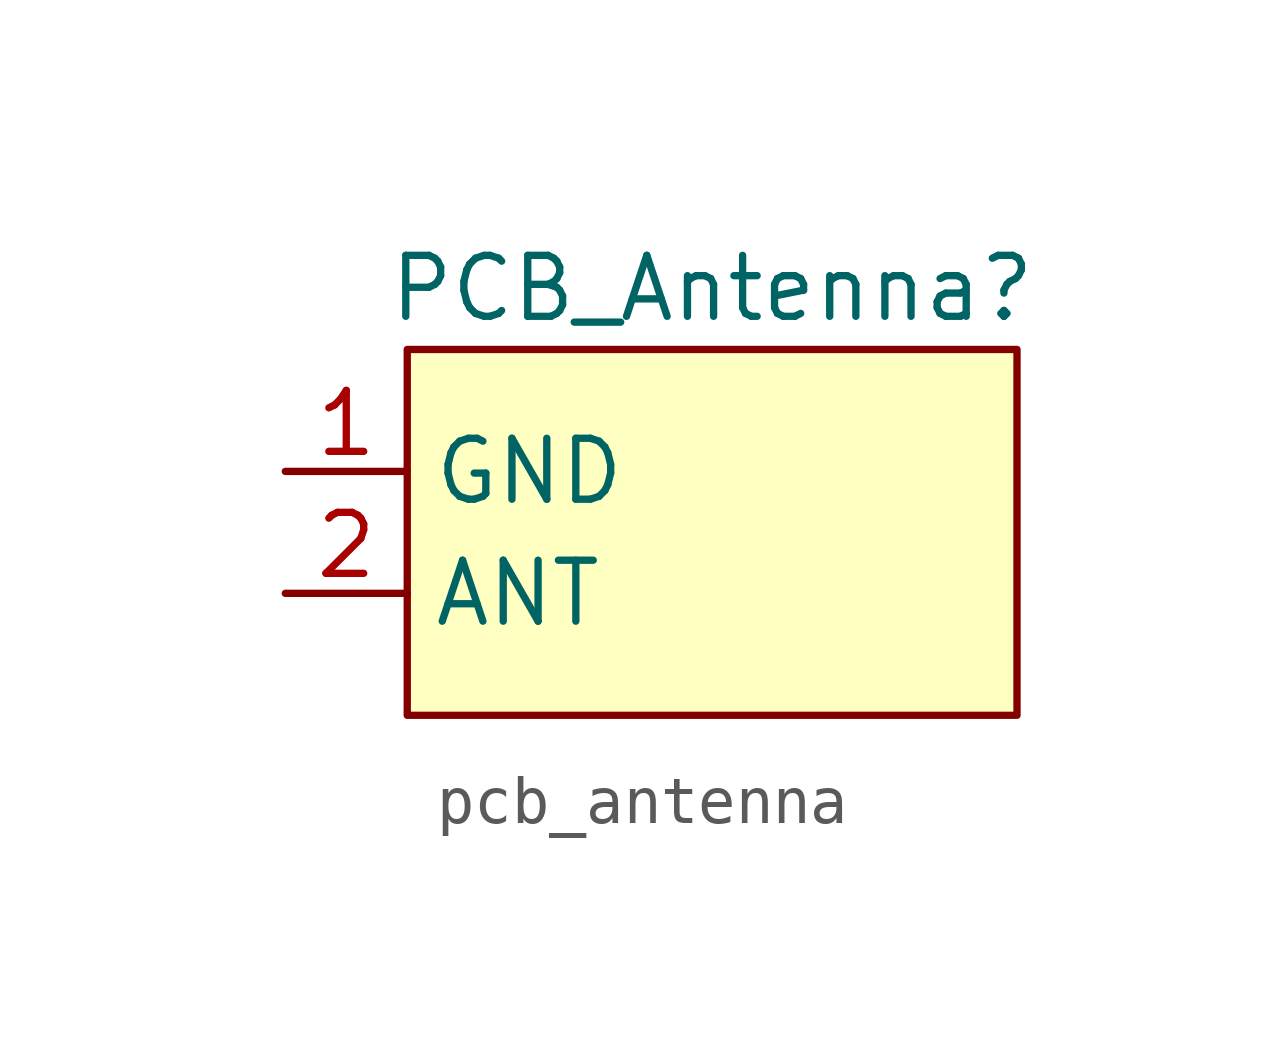
<source format=kicad_sym>
(kicad_symbol_lib
  (version 20220914)
  (generator kicad_symbol_editor)
  (symbol "pcb_antenna"
    (property "Reference" "PCB_Antenna"
      (at 0 5.08 0)
      (effects (font (size 1.27 1.27))))
    (property "Value" ""
      (at 0 0 0)
      (effects (font (size 1.27 1.27))))
    (symbol "pcb_antenna_0_1"
      (rectangle (start -6.35 3.81) (end 6.35 -3.81) (stroke (width 0) (type default)) (fill (type background)))
      (pin passive line (at -8.89 1.27 0) (length 2.54) (name "GND" (effects (font (size 1.27 1.27)))) (number "1" (effects (font (size 1.27 1.27)))))
      (pin passive line (at -8.89 -1.27 0) (length 2.54) (name "ANT" (effects (font (size 1.27 1.27)))) (number "2" (effects (font (size 1.27 1.27))))))))
</source>
